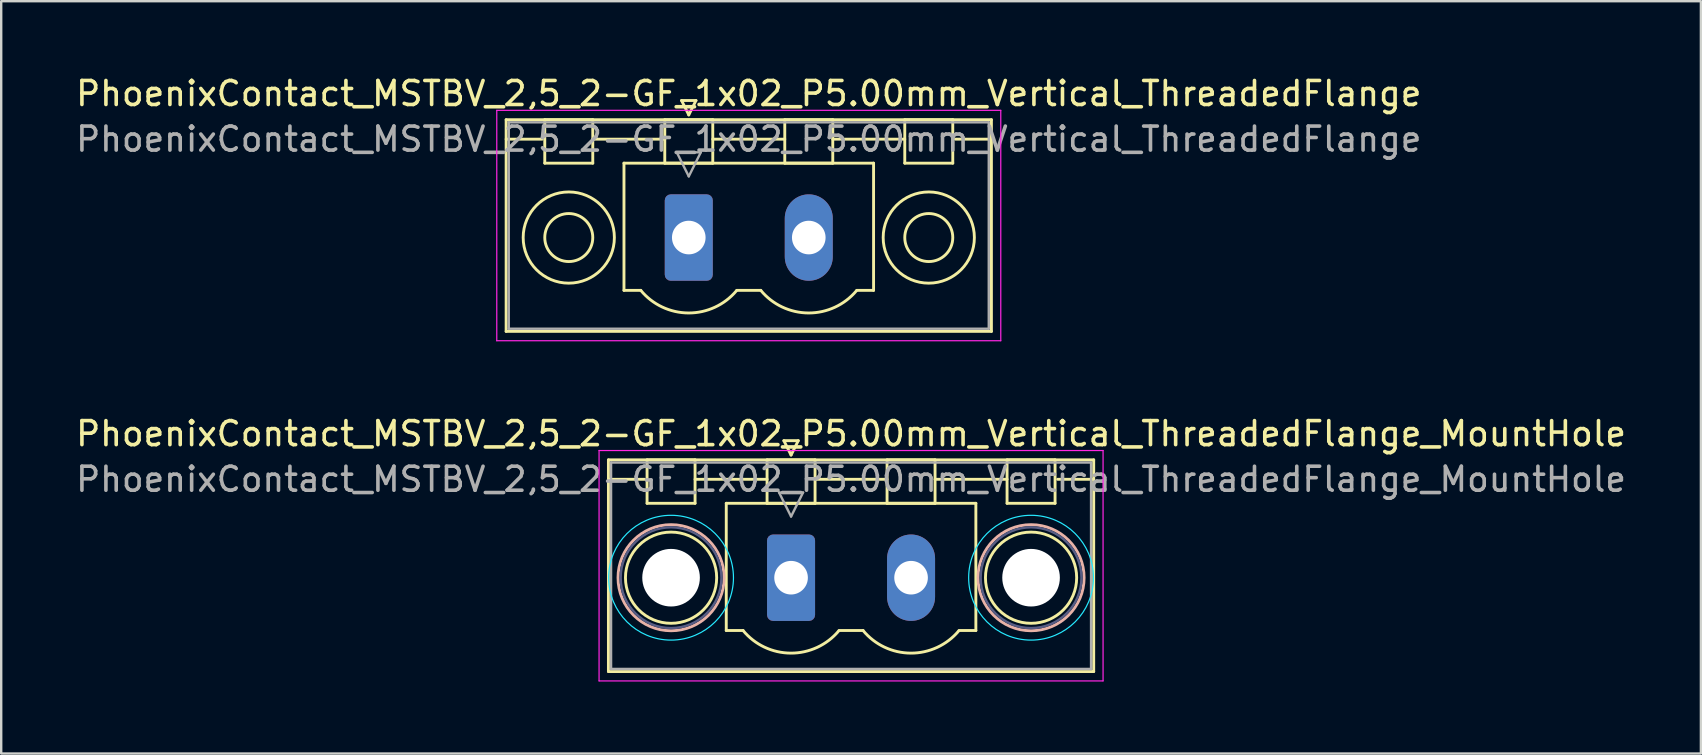
<source format=kicad_pcb>
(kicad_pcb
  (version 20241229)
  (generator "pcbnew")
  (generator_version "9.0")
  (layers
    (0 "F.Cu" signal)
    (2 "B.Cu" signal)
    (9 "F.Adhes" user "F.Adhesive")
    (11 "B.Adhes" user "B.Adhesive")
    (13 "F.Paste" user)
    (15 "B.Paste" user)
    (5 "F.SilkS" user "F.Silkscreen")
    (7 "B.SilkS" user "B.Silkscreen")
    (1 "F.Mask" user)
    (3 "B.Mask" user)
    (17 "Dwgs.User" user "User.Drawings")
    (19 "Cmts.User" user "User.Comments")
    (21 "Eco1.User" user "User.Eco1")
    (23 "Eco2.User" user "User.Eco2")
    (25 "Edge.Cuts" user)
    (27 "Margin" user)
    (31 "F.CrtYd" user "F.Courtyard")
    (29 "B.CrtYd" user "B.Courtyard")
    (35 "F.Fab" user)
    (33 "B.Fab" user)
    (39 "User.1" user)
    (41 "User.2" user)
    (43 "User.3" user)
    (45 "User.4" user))
  (footprint "PhoenixContact_MSTBV_2,5_2-GF_1x02_P5.00mm_Vertical_ThreadedFlange_MountHole"
    (layer "F.Cu")
    (at 29.911 21.021)
    (property "Reference" "PhoenixContact_MSTBV_2,5_2-GF_1x02_P5.00mm_Vertical_ThreadedFlange_MountHole" (at 2.5 -6 0) (layer "F.SilkS") (effects (font (size 1 1) (thickness 0.15))))
    (attr through_hole)
    (fp_line (start -7.61 -4.91) (end -7.61 3.91) (stroke (width 0.12) (type solid)) (layer "F.SilkS"))
    (fp_line (start -7.61 -4.1) (end -6.11 -4.1) (stroke (width 0.12) (type solid)) (layer "F.SilkS"))
    (fp_line (start -7.61 3.91) (end 12.61 3.91) (stroke (width 0.12) (type solid)) (layer "F.SilkS"))
    (fp_line (start -6 -4.91) (end -4 -4.91) (stroke (width 0.12) (type solid)) (layer "F.SilkS"))
    (fp_line (start -6 -3.1) (end -6 -4.91) (stroke (width 0.12) (type solid)) (layer "F.SilkS"))
    (fp_line (start -4 -4.91) (end -4 -3.1) (stroke (width 0.12) (type solid)) (layer "F.SilkS"))
    (fp_line (start -4 -4.1) (end -1 -4.1) (stroke (width 0.12) (type solid)) (layer "F.SilkS"))
    (fp_line (start -4 -3.1) (end -6 -3.1) (stroke (width 0.12) (type solid)) (layer "F.SilkS"))
    (fp_line (start -2.7 -3.1) (end 7.7 -3.1) (stroke (width 0.12) (type solid)) (layer "F.SilkS"))
    (fp_line (start -2.7 2.2) (end -2.7 -3.1) (stroke (width 0.12) (type solid)) (layer "F.SilkS"))
    (fp_line (start -2 2.2) (end -2.7 2.2) (stroke (width 0.12) (type solid)) (layer "F.SilkS"))
    (fp_line (start -1 -4.91) (end 1 -4.91) (stroke (width 0.12) (type solid)) (layer "F.SilkS"))
    (fp_line (start -1 -3.1) (end -1 -4.91) (stroke (width 0.12) (type solid)) (layer "F.SilkS"))
    (fp_line (start -0.3 -5.71) (end 0.3 -5.71) (stroke (width 0.12) (type solid)) (layer "F.SilkS"))
    (fp_line (start 0 -5.11) (end -0.3 -5.71) (stroke (width 0.12) (type solid)) (layer "F.SilkS"))
    (fp_line (start 0.3 -5.71) (end 0 -5.11) (stroke (width 0.12) (type solid)) (layer "F.SilkS"))
    (fp_line (start 1 -4.91) (end 1 -3.1) (stroke (width 0.12) (type solid)) (layer "F.SilkS"))
    (fp_line (start 1 -4.1) (end 4 -4.1) (stroke (width 0.12) (type solid)) (layer "F.SilkS"))
    (fp_line (start 1 -3.1) (end -1 -3.1) (stroke (width 0.12) (type solid)) (layer "F.SilkS"))
    (fp_line (start 2 2.2) (end 3 2.2) (stroke (width 0.12) (type solid)) (layer "F.SilkS"))
    (fp_line (start 4 -4.91) (end 6 -4.91) (stroke (width 0.12) (type solid)) (layer "F.SilkS"))
    (fp_line (start 4 -3.1) (end 4 -4.91) (stroke (width 0.12) (type solid)) (layer "F.SilkS"))
    (fp_line (start 6 -4.91) (end 6 -3.1) (stroke (width 0.12) (type solid)) (layer "F.SilkS"))
    (fp_line (start 6 -4.1) (end 9 -4.1) (stroke (width 0.12) (type solid)) (layer "F.SilkS"))
    (fp_line (start 6 -3.1) (end 4 -3.1) (stroke (width 0.12) (type solid)) (layer "F.SilkS"))
    (fp_line (start 7.7 -3.1) (end 7.7 2.2) (stroke (width 0.12) (type solid)) (layer "F.SilkS"))
    (fp_line (start 7.7 2.2) (end 7 2.2) (stroke (width 0.12) (type solid)) (layer "F.SilkS"))
    (fp_line (start 9 -4.91) (end 11 -4.91) (stroke (width 0.12) (type solid)) (layer "F.SilkS"))
    (fp_line (start 9 -3.1) (end 9 -4.91) (stroke (width 0.12) (type solid)) (layer "F.SilkS"))
    (fp_line (start 11 -4.91) (end 11 -3.1) (stroke (width 0.12) (type solid)) (layer "F.SilkS"))
    (fp_line (start 11 -3.1) (end 9 -3.1) (stroke (width 0.12) (type solid)) (layer "F.SilkS"))
    (fp_line (start 12.61 -4.91) (end -7.61 -4.91) (stroke (width 0.12) (type solid)) (layer "F.SilkS"))
    (fp_line (start 12.61 -4.1) (end 11.11 -4.1) (stroke (width 0.12) (type solid)) (layer "F.SilkS"))
    (fp_line (start 12.61 3.91) (end 12.61 -4.91) (stroke (width 0.12) (type solid)) (layer "F.SilkS"))
    (fp_arc (start 1.986842 2.215821) (mid -0.010289 3.142758) (end -2 2.2) (stroke (width 0.12) (type solid)) (layer "F.SilkS"))
    (fp_arc (start 6.986842 2.215821) (mid 4.989711 3.142758) (end 3 2.2) (stroke (width 0.12) (type solid)) (layer "F.SilkS"))
    (fp_circle (center -5 0) (end -3.1 0) (stroke (width 0.12) (type solid)) (fill no) (layer "F.SilkS"))
    (fp_circle (center 10 0) (end 11.9 0) (stroke (width 0.12) (type solid)) (fill no) (layer "F.SilkS"))
    (fp_circle (center -5 0) (end -2.79 0) (stroke (width 0.12) (type solid)) (fill no) (layer "B.SilkS"))
    (fp_circle (center 10 0) (end 12.21 0) (stroke (width 0.12) (type solid)) (fill no) (layer "B.SilkS"))
    (fp_circle (center -5 0) (end -2.4 0) (stroke (width 0.05) (type solid)) (fill no) (layer "B.CrtYd"))
    (fp_circle (center 10 0) (end 12.6 0) (stroke (width 0.05) (type solid)) (fill no) (layer "B.CrtYd"))
    (fp_line (start -8 -5.3) (end -8 4.3) (stroke (width 0.05) (type solid)) (layer "F.CrtYd"))
    (fp_line (start -8 4.3) (end 13 4.3) (stroke (width 0.05) (type solid)) (layer "F.CrtYd"))
    (fp_line (start 13 -5.3) (end -8 -5.3) (stroke (width 0.05) (type solid)) (layer "F.CrtYd"))
    (fp_line (start 13 4.3) (end 13 -5.3) (stroke (width 0.05) (type solid)) (layer "F.CrtYd"))
    (fp_circle (center -5 0) (end -2.9 0) (stroke (width 0.1) (type solid)) (fill no) (layer "B.Fab"))
    (fp_circle (center 10 0) (end 12.1 0) (stroke (width 0.1) (type solid)) (fill no) (layer "B.Fab"))
    (fp_line (start -7.5 -4.8) (end -7.5 3.8) (stroke (width 0.1) (type solid)) (layer "F.Fab"))
    (fp_line (start -7.5 3.8) (end 12.5 3.8) (stroke (width 0.1) (type solid)) (layer "F.Fab"))
    (fp_line (start -0.5 -3.55) (end 0.5 -3.55) (stroke (width 0.1) (type solid)) (layer "F.Fab"))
    (fp_line (start 0 -2.55) (end -0.5 -3.55) (stroke (width 0.1) (type solid)) (layer "F.Fab"))
    (fp_line (start 0.5 -3.55) (end 0 -2.55) (stroke (width 0.1) (type solid)) (layer "F.Fab"))
    (fp_line (start 12.5 -4.8) (end -7.5 -4.8) (stroke (width 0.1) (type solid)) (layer "F.Fab"))
    (fp_line (start 12.5 3.8) (end 12.5 -4.8) (stroke (width 0.1) (type solid)) (layer "F.Fab"))
    (fp_text user "${REFERENCE}" (at 2.5 -4.1 0) (layer "F.Fab") (effects (font (size 1 1) (thickness 0.15))))
    (pad "" np_thru_hole circle (at -5 0) (size 2.4 2.4) (drill 2.4) (layers "*.Cu" "*.Mask"))
    (pad "" np_thru_hole circle (at 10 0) (size 2.4 2.4) (drill 2.4) (layers "*.Cu" "*.Mask"))
    (pad "1" thru_hole roundrect (at 0 0) (size 2 3.6) (drill 1.4) (layers "*.Cu" "*.Mask") (roundrect_rratio 0.125))
    (pad "2" thru_hole oval (at 5 0) (size 2 3.6) (drill 1.4) (layers "*.Cu" "*.Mask")))
  (footprint "PhoenixContact_MSTBV_2,5_2-GF_1x02_P5.00mm_Vertical_ThreadedFlange"
    (layer "F.Cu")
    (at 25.649 6.848)
    (property "Reference" "PhoenixContact_MSTBV_2,5_2-GF_1x02_P5.00mm_Vertical_ThreadedFlange" (at 2.5 -6 0) (layer "F.SilkS") (effects (font (size 1 1) (thickness 0.15))))
    (attr through_hole)
    (fp_line (start -7.61 -4.91) (end -7.61 3.91) (stroke (width 0.12) (type solid)) (layer "F.SilkS"))
    (fp_line (start -7.61 -4.1) (end -6.11 -4.1) (stroke (width 0.12) (type solid)) (layer "F.SilkS"))
    (fp_line (start -7.61 3.91) (end 12.61 3.91) (stroke (width 0.12) (type solid)) (layer "F.SilkS"))
    (fp_line (start -6 -4.91) (end -4 -4.91) (stroke (width 0.12) (type solid)) (layer "F.SilkS"))
    (fp_line (start -6 -3.1) (end -6 -4.91) (stroke (width 0.12) (type solid)) (layer "F.SilkS"))
    (fp_line (start -4 -4.91) (end -4 -3.1) (stroke (width 0.12) (type solid)) (layer "F.SilkS"))
    (fp_line (start -4 -4.1) (end -1 -4.1) (stroke (width 0.12) (type solid)) (layer "F.SilkS"))
    (fp_line (start -4 -3.1) (end -6 -3.1) (stroke (width 0.12) (type solid)) (layer "F.SilkS"))
    (fp_line (start -2.7 -3.1) (end 7.7 -3.1) (stroke (width 0.12) (type solid)) (layer "F.SilkS"))
    (fp_line (start -2.7 2.2) (end -2.7 -3.1) (stroke (width 0.12) (type solid)) (layer "F.SilkS"))
    (fp_line (start -2 2.2) (end -2.7 2.2) (stroke (width 0.12) (type solid)) (layer "F.SilkS"))
    (fp_line (start -1 -4.91) (end 1 -4.91) (stroke (width 0.12) (type solid)) (layer "F.SilkS"))
    (fp_line (start -1 -3.1) (end -1 -4.91) (stroke (width 0.12) (type solid)) (layer "F.SilkS"))
    (fp_line (start -0.3 -5.71) (end 0.3 -5.71) (stroke (width 0.12) (type solid)) (layer "F.SilkS"))
    (fp_line (start 0 -5.11) (end -0.3 -5.71) (stroke (width 0.12) (type solid)) (layer "F.SilkS"))
    (fp_line (start 0.3 -5.71) (end 0 -5.11) (stroke (width 0.12) (type solid)) (layer "F.SilkS"))
    (fp_line (start 1 -4.91) (end 1 -3.1) (stroke (width 0.12) (type solid)) (layer "F.SilkS"))
    (fp_line (start 1 -4.1) (end 4 -4.1) (stroke (width 0.12) (type solid)) (layer "F.SilkS"))
    (fp_line (start 1 -3.1) (end -1 -3.1) (stroke (width 0.12) (type solid)) (layer "F.SilkS"))
    (fp_line (start 2 2.2) (end 3 2.2) (stroke (width 0.12) (type solid)) (layer "F.SilkS"))
    (fp_line (start 4 -4.91) (end 6 -4.91) (stroke (width 0.12) (type solid)) (layer "F.SilkS"))
    (fp_line (start 4 -3.1) (end 4 -4.91) (stroke (width 0.12) (type solid)) (layer "F.SilkS"))
    (fp_line (start 6 -4.91) (end 6 -3.1) (stroke (width 0.12) (type solid)) (layer "F.SilkS"))
    (fp_line (start 6 -4.1) (end 9 -4.1) (stroke (width 0.12) (type solid)) (layer "F.SilkS"))
    (fp_line (start 6 -3.1) (end 4 -3.1) (stroke (width 0.12) (type solid)) (layer "F.SilkS"))
    (fp_line (start 7.7 -3.1) (end 7.7 2.2) (stroke (width 0.12) (type solid)) (layer "F.SilkS"))
    (fp_line (start 7.7 2.2) (end 7 2.2) (stroke (width 0.12) (type solid)) (layer "F.SilkS"))
    (fp_line (start 9 -4.91) (end 11 -4.91) (stroke (width 0.12) (type solid)) (layer "F.SilkS"))
    (fp_line (start 9 -3.1) (end 9 -4.91) (stroke (width 0.12) (type solid)) (layer "F.SilkS"))
    (fp_line (start 11 -4.91) (end 11 -3.1) (stroke (width 0.12) (type solid)) (layer "F.SilkS"))
    (fp_line (start 11 -3.1) (end 9 -3.1) (stroke (width 0.12) (type solid)) (layer "F.SilkS"))
    (fp_line (start 12.61 -4.91) (end -7.61 -4.91) (stroke (width 0.12) (type solid)) (layer "F.SilkS"))
    (fp_line (start 12.61 -4.1) (end 11.11 -4.1) (stroke (width 0.12) (type solid)) (layer "F.SilkS"))
    (fp_line (start 12.61 3.91) (end 12.61 -4.91) (stroke (width 0.12) (type solid)) (layer "F.SilkS"))
    (fp_arc (start 1.986842 2.215821) (mid -0.010289 3.142758) (end -2 2.2) (stroke (width 0.12) (type solid)) (layer "F.SilkS"))
    (fp_arc (start 6.986842 2.215821) (mid 4.989711 3.142758) (end 3 2.2) (stroke (width 0.12) (type solid)) (layer "F.SilkS"))
    (fp_circle (center -5 0) (end -4 0) (stroke (width 0.12) (type solid)) (fill no) (layer "F.SilkS"))
    (fp_circle (center -5 0) (end -3.1 0) (stroke (width 0.12) (type solid)) (fill no) (layer "F.SilkS"))
    (fp_circle (center 10 0) (end 11 0) (stroke (width 0.12) (type solid)) (fill no) (layer "F.SilkS"))
    (fp_circle (center 10 0) (end 11.9 0) (stroke (width 0.12) (type solid)) (fill no) (layer "F.SilkS"))
    (fp_line (start -8 -5.3) (end -8 4.3) (stroke (width 0.05) (type solid)) (layer "F.CrtYd"))
    (fp_line (start -8 4.3) (end 13 4.3) (stroke (width 0.05) (type solid)) (layer "F.CrtYd"))
    (fp_line (start 13 -5.3) (end -8 -5.3) (stroke (width 0.05) (type solid)) (layer "F.CrtYd"))
    (fp_line (start 13 4.3) (end 13 -5.3) (stroke (width 0.05) (type solid)) (layer "F.CrtYd"))
    (fp_line (start -7.5 -4.8) (end -7.5 3.8) (stroke (width 0.1) (type solid)) (layer "F.Fab"))
    (fp_line (start -7.5 3.8) (end 12.5 3.8) (stroke (width 0.1) (type solid)) (layer "F.Fab"))
    (fp_line (start -0.5 -3.55) (end 0.5 -3.55) (stroke (width 0.1) (type solid)) (layer "F.Fab"))
    (fp_line (start 0 -2.55) (end -0.5 -3.55) (stroke (width 0.1) (type solid)) (layer "F.Fab"))
    (fp_line (start 0.5 -3.55) (end 0 -2.55) (stroke (width 0.1) (type solid)) (layer "F.Fab"))
    (fp_line (start 12.5 -4.8) (end -7.5 -4.8) (stroke (width 0.1) (type solid)) (layer "F.Fab"))
    (fp_line (start 12.5 3.8) (end 12.5 -4.8) (stroke (width 0.1) (type solid)) (layer "F.Fab"))
    (fp_text user "${REFERENCE}" (at 2.5 -4.1 0) (layer "F.Fab") (effects (font (size 1 1) (thickness 0.15))))
    (pad "1" thru_hole roundrect (at 0 0) (size 2 3.6) (drill 1.4) (layers "*.Cu" "*.Mask") (roundrect_rratio 0.125))
    (pad "2" thru_hole oval (at 5 0) (size 2 3.6) (drill 1.4) (layers "*.Cu" "*.Mask")))
  (gr_rect
    (start -3 -3)
    (end 67.821 28.346)
    (stroke (width 0.1) (type default))
    (fill no)
    (layer "Edge.Cuts")))
</source>
